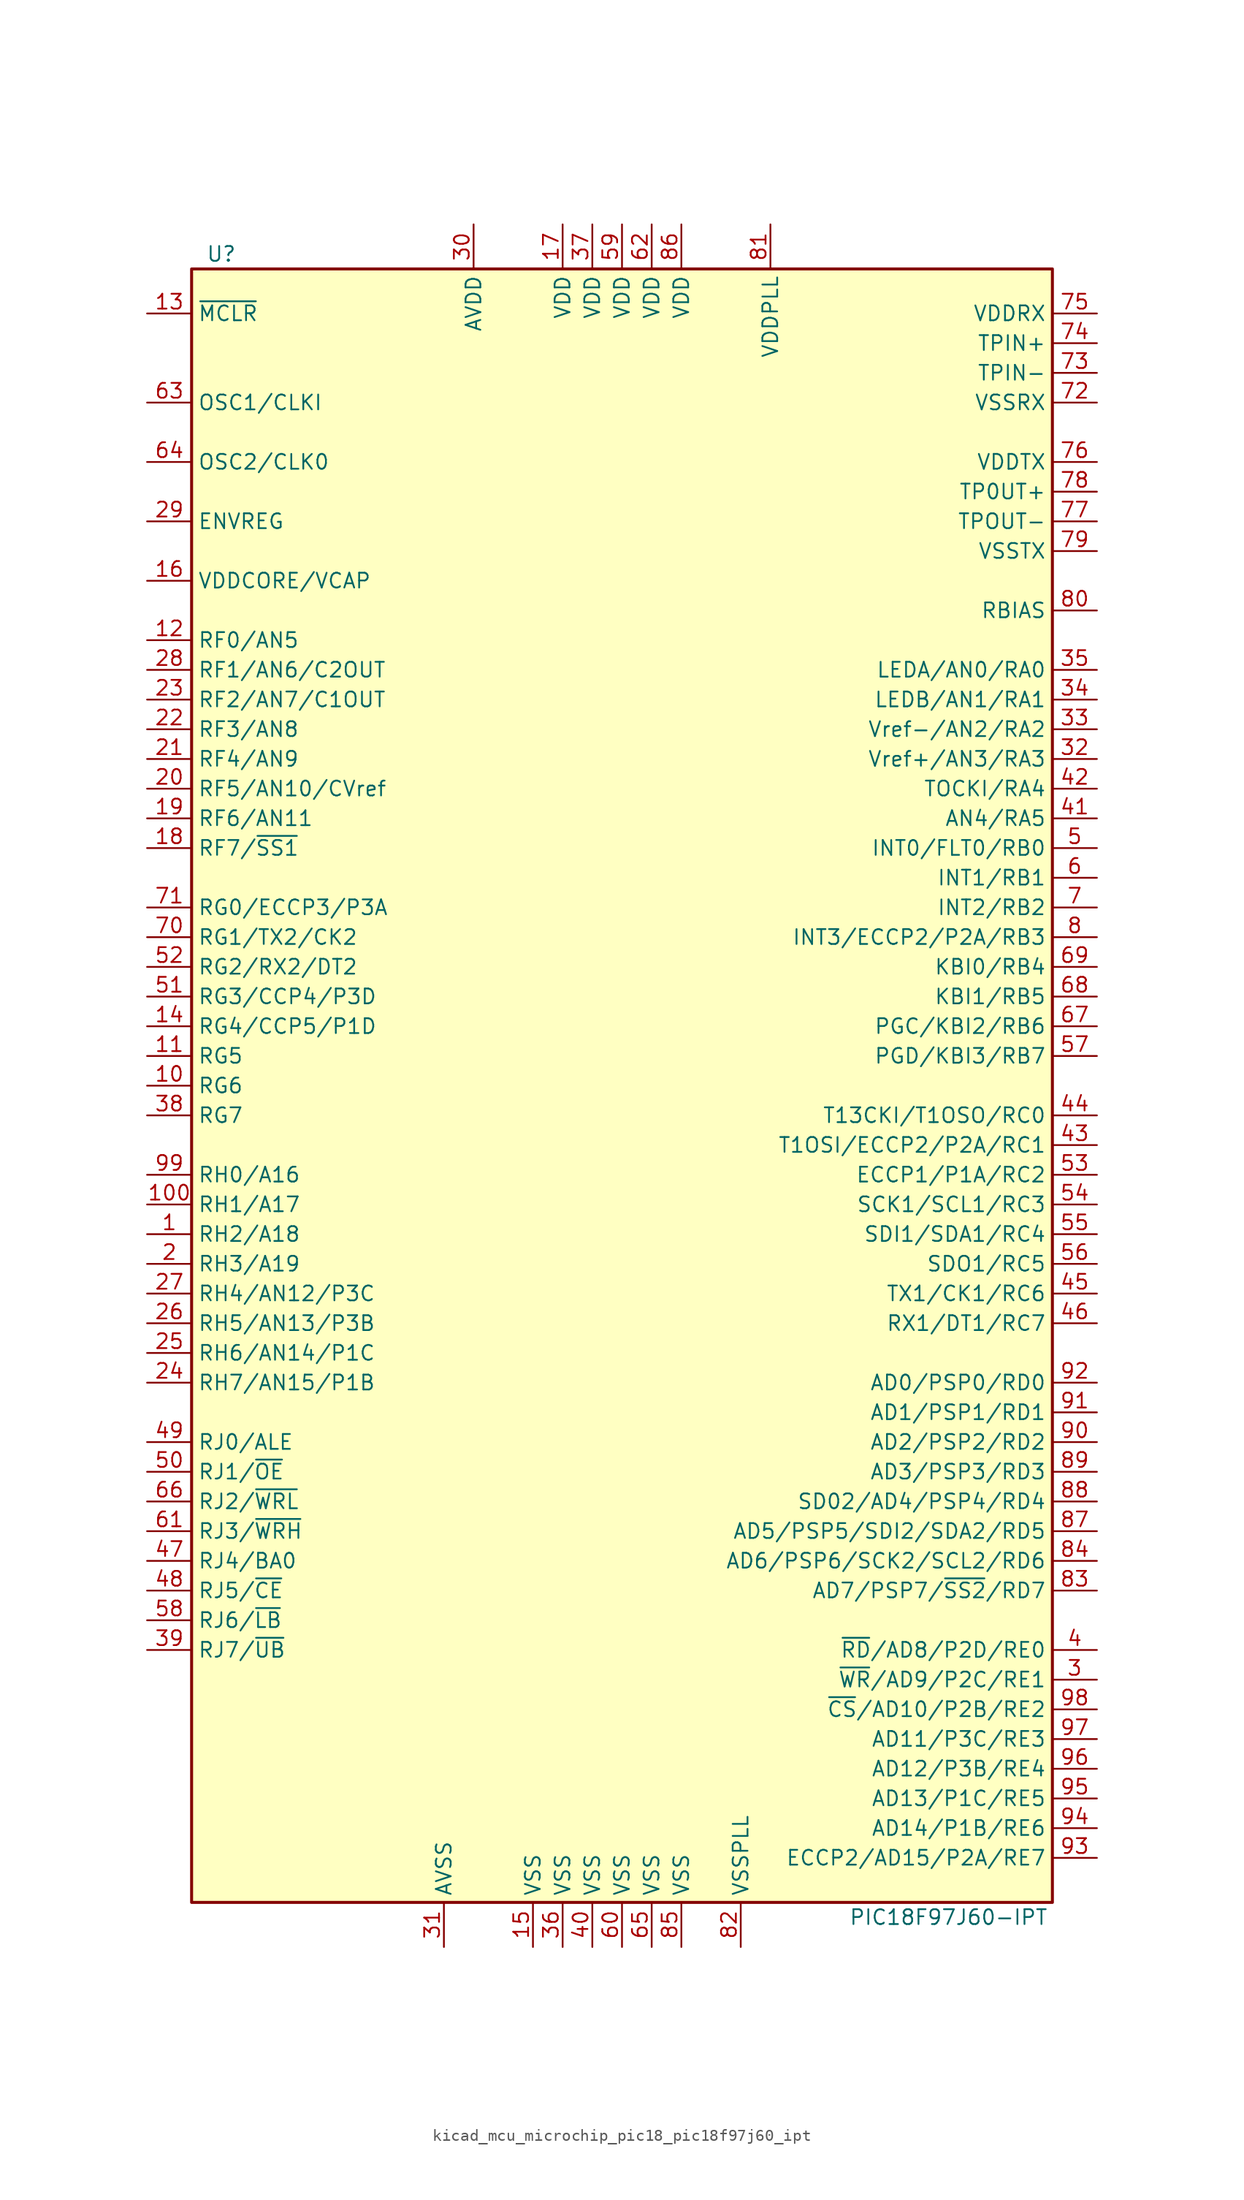
<source format=kicad_sym>
(kicad_symbol_lib
  (version 20220914)
  (generator kicad_symbol_editor)
  (symbol "kicad_mcu_microchip_pic18_pic18f97j60_ipt"
    (property "Reference" "U"
      (at -34.29 71.12 0)
      (effects (font (size 1.27 1.27))))
    (property "Value" "PIC18F97J60-IPT"
      (at 27.94 -71.12 0)
      (effects (font (size 1.27 1.27))))
    (symbol "kicad_mcu_microchip_pic18_pic18f97j60_ipt_0_1"
      (rectangle (start -36.83 69.85) (end 36.83 -69.85) (stroke (width 0.254) (type default)) (fill (type background))))
    (symbol "kicad_mcu_microchip_pic18_pic18f97j60_ipt_1_1"
      (pin bidirectional line (at -40.64 -12.7 0) (length 3.81) (name "RH2/A18" (effects (font (size 1.27 1.27)))) (number "1" (effects (font (size 1.27 1.27)))))
      (pin bidirectional line (at -40.64 0 0) (length 3.81) (name "RG6" (effects (font (size 1.27 1.27)))) (number "10" (effects (font (size 1.27 1.27)))))
      (pin bidirectional line (at -40.64 -10.16 0) (length 3.81) (name "RH1/A17" (effects (font (size 1.27 1.27)))) (number "100" (effects (font (size 1.27 1.27)))))
      (pin bidirectional line (at -40.64 2.54 0) (length 3.81) (name "RG5" (effects (font (size 1.27 1.27)))) (number "11" (effects (font (size 1.27 1.27)))))
      (pin bidirectional line (at -40.64 38.1 0) (length 3.81) (name "RF0/AN5" (effects (font (size 1.27 1.27)))) (number "12" (effects (font (size 1.27 1.27)))))
      (pin input line (at -40.64 66.04 0) (length 3.81) (name "~{MCLR}" (effects (font (size 1.27 1.27)))) (number "13" (effects (font (size 1.27 1.27)))))
      (pin bidirectional line (at -40.64 5.08 0) (length 3.81) (name "RG4/CCP5/P1D" (effects (font (size 1.27 1.27)))) (number "14" (effects (font (size 1.27 1.27)))))
      (pin power_in line (at -7.62 -73.66 90) (length 3.81) (name "VSS" (effects (font (size 1.27 1.27)))) (number "15" (effects (font (size 1.27 1.27)))))
      (pin passive line (at -40.64 43.18 0) (length 3.81) (name "VDDCORE/VCAP" (effects (font (size 1.27 1.27)))) (number "16" (effects (font (size 1.27 1.27)))))
      (pin power_in line (at -5.08 73.66 270) (length 3.81) (name "VDD" (effects (font (size 1.27 1.27)))) (number "17" (effects (font (size 1.27 1.27)))))
      (pin bidirectional line (at -40.64 20.32 0) (length 3.81) (name "RF7/~{SS1}" (effects (font (size 1.27 1.27)))) (number "18" (effects (font (size 1.27 1.27)))))
      (pin bidirectional line (at -40.64 22.86 0) (length 3.81) (name "RF6/AN11" (effects (font (size 1.27 1.27)))) (number "19" (effects (font (size 1.27 1.27)))))
      (pin bidirectional line (at -40.64 -15.24 0) (length 3.81) (name "RH3/A19" (effects (font (size 1.27 1.27)))) (number "2" (effects (font (size 1.27 1.27)))))
      (pin bidirectional line (at -40.64 25.4 0) (length 3.81) (name "RF5/AN10/CVref" (effects (font (size 1.27 1.27)))) (number "20" (effects (font (size 1.27 1.27)))))
      (pin bidirectional line (at -40.64 27.94 0) (length 3.81) (name "RF4/AN9" (effects (font (size 1.27 1.27)))) (number "21" (effects (font (size 1.27 1.27)))))
      (pin bidirectional line (at -40.64 30.48 0) (length 3.81) (name "RF3/AN8" (effects (font (size 1.27 1.27)))) (number "22" (effects (font (size 1.27 1.27)))))
      (pin bidirectional line (at -40.64 33.02 0) (length 3.81) (name "RF2/AN7/C1OUT" (effects (font (size 1.27 1.27)))) (number "23" (effects (font (size 1.27 1.27)))))
      (pin bidirectional line (at -40.64 -25.4 0) (length 3.81) (name "RH7/AN15/P1B" (effects (font (size 1.27 1.27)))) (number "24" (effects (font (size 1.27 1.27)))))
      (pin bidirectional line (at -40.64 -22.86 0) (length 3.81) (name "RH6/AN14/P1C" (effects (font (size 1.27 1.27)))) (number "25" (effects (font (size 1.27 1.27)))))
      (pin bidirectional line (at -40.64 -20.32 0) (length 3.81) (name "RH5/AN13/P3B" (effects (font (size 1.27 1.27)))) (number "26" (effects (font (size 1.27 1.27)))))
      (pin bidirectional line (at -40.64 -17.78 0) (length 3.81) (name "RH4/AN12/P3C" (effects (font (size 1.27 1.27)))) (number "27" (effects (font (size 1.27 1.27)))))
      (pin bidirectional line (at -40.64 35.56 0) (length 3.81) (name "RF1/AN6/C2OUT" (effects (font (size 1.27 1.27)))) (number "28" (effects (font (size 1.27 1.27)))))
      (pin passive line (at -40.64 48.26 0) (length 3.81) (name "ENVREG" (effects (font (size 1.27 1.27)))) (number "29" (effects (font (size 1.27 1.27)))))
      (pin bidirectional line (at 40.64 -50.8 180) (length 3.81) (name "~{WR}/AD9/P2C/RE1" (effects (font (size 1.27 1.27)))) (number "3" (effects (font (size 1.27 1.27)))))
      (pin power_in line (at -12.7 73.66 270) (length 3.81) (name "AVDD" (effects (font (size 1.27 1.27)))) (number "30" (effects (font (size 1.27 1.27)))))
      (pin power_in line (at -15.24 -73.66 90) (length 3.81) (name "AVSS" (effects (font (size 1.27 1.27)))) (number "31" (effects (font (size 1.27 1.27)))))
      (pin bidirectional line (at 40.64 27.94 180) (length 3.81) (name "Vref+/AN3/RA3" (effects (font (size 1.27 1.27)))) (number "32" (effects (font (size 1.27 1.27)))))
      (pin bidirectional line (at 40.64 30.48 180) (length 3.81) (name "Vref-/AN2/RA2" (effects (font (size 1.27 1.27)))) (number "33" (effects (font (size 1.27 1.27)))))
      (pin bidirectional line (at 40.64 33.02 180) (length 3.81) (name "LEDB/AN1/RA1" (effects (font (size 1.27 1.27)))) (number "34" (effects (font (size 1.27 1.27)))))
      (pin bidirectional line (at 40.64 35.56 180) (length 3.81) (name "LEDA/AN0/RA0" (effects (font (size 1.27 1.27)))) (number "35" (effects (font (size 1.27 1.27)))))
      (pin power_in line (at -5.08 -73.66 90) (length 3.81) (name "VSS" (effects (font (size 1.27 1.27)))) (number "36" (effects (font (size 1.27 1.27)))))
      (pin power_in line (at -2.54 73.66 270) (length 3.81) (name "VDD" (effects (font (size 1.27 1.27)))) (number "37" (effects (font (size 1.27 1.27)))))
      (pin bidirectional line (at -40.64 -2.54 0) (length 3.81) (name "RG7" (effects (font (size 1.27 1.27)))) (number "38" (effects (font (size 1.27 1.27)))))
      (pin bidirectional line (at -40.64 -48.26 0) (length 3.81) (name "RJ7/~{UB}" (effects (font (size 1.27 1.27)))) (number "39" (effects (font (size 1.27 1.27)))))
      (pin bidirectional line (at 40.64 -48.26 180) (length 3.81) (name "~{RD}/AD8/P2D/RE0" (effects (font (size 1.27 1.27)))) (number "4" (effects (font (size 1.27 1.27)))))
      (pin power_in line (at -2.54 -73.66 90) (length 3.81) (name "VSS" (effects (font (size 1.27 1.27)))) (number "40" (effects (font (size 1.27 1.27)))))
      (pin bidirectional line (at 40.64 22.86 180) (length 3.81) (name "AN4/RA5" (effects (font (size 1.27 1.27)))) (number "41" (effects (font (size 1.27 1.27)))))
      (pin bidirectional line (at 40.64 25.4 180) (length 3.81) (name "TOCKI/RA4" (effects (font (size 1.27 1.27)))) (number "42" (effects (font (size 1.27 1.27)))))
      (pin bidirectional line (at 40.64 -5.08 180) (length 3.81) (name "T1OSI/ECCP2/P2A/RC1" (effects (font (size 1.27 1.27)))) (number "43" (effects (font (size 1.27 1.27)))))
      (pin bidirectional line (at 40.64 -2.54 180) (length 3.81) (name "T13CKI/T1OSO/RC0" (effects (font (size 1.27 1.27)))) (number "44" (effects (font (size 1.27 1.27)))))
      (pin bidirectional line (at 40.64 -17.78 180) (length 3.81) (name "TX1/CK1/RC6" (effects (font (size 1.27 1.27)))) (number "45" (effects (font (size 1.27 1.27)))))
      (pin bidirectional line (at 40.64 -20.32 180) (length 3.81) (name "RX1/DT1/RC7" (effects (font (size 1.27 1.27)))) (number "46" (effects (font (size 1.27 1.27)))))
      (pin bidirectional line (at -40.64 -40.64 0) (length 3.81) (name "RJ4/BA0" (effects (font (size 1.27 1.27)))) (number "47" (effects (font (size 1.27 1.27)))))
      (pin bidirectional line (at -40.64 -43.18 0) (length 3.81) (name "RJ5/~{CE}" (effects (font (size 1.27 1.27)))) (number "48" (effects (font (size 1.27 1.27)))))
      (pin bidirectional line (at -40.64 -30.48 0) (length 3.81) (name "RJ0/ALE" (effects (font (size 1.27 1.27)))) (number "49" (effects (font (size 1.27 1.27)))))
      (pin bidirectional line (at 40.64 20.32 180) (length 3.81) (name "INT0/FLT0/RB0" (effects (font (size 1.27 1.27)))) (number "5" (effects (font (size 1.27 1.27)))))
      (pin bidirectional line (at -40.64 -33.02 0) (length 3.81) (name "RJ1/~{OE}" (effects (font (size 1.27 1.27)))) (number "50" (effects (font (size 1.27 1.27)))))
      (pin bidirectional line (at -40.64 7.62 0) (length 3.81) (name "RG3/CCP4/P3D" (effects (font (size 1.27 1.27)))) (number "51" (effects (font (size 1.27 1.27)))))
      (pin bidirectional line (at -40.64 10.16 0) (length 3.81) (name "RG2/RX2/DT2" (effects (font (size 1.27 1.27)))) (number "52" (effects (font (size 1.27 1.27)))))
      (pin bidirectional line (at 40.64 -7.62 180) (length 3.81) (name "ECCP1/P1A/RC2" (effects (font (size 1.27 1.27)))) (number "53" (effects (font (size 1.27 1.27)))))
      (pin bidirectional line (at 40.64 -10.16 180) (length 3.81) (name "SCK1/SCL1/RC3" (effects (font (size 1.27 1.27)))) (number "54" (effects (font (size 1.27 1.27)))))
      (pin bidirectional line (at 40.64 -12.7 180) (length 3.81) (name "SDI1/SDA1/RC4" (effects (font (size 1.27 1.27)))) (number "55" (effects (font (size 1.27 1.27)))))
      (pin bidirectional line (at 40.64 -15.24 180) (length 3.81) (name "SDO1/RC5" (effects (font (size 1.27 1.27)))) (number "56" (effects (font (size 1.27 1.27)))))
      (pin bidirectional line (at 40.64 2.54 180) (length 3.81) (name "PGD/KBI3/RB7" (effects (font (size 1.27 1.27)))) (number "57" (effects (font (size 1.27 1.27)))))
      (pin bidirectional line (at -40.64 -45.72 0) (length 3.81) (name "RJ6/~{LB}" (effects (font (size 1.27 1.27)))) (number "58" (effects (font (size 1.27 1.27)))))
      (pin power_in line (at 0 73.66 270) (length 3.81) (name "VDD" (effects (font (size 1.27 1.27)))) (number "59" (effects (font (size 1.27 1.27)))))
      (pin bidirectional line (at 40.64 17.78 180) (length 3.81) (name "INT1/RB1" (effects (font (size 1.27 1.27)))) (number "6" (effects (font (size 1.27 1.27)))))
      (pin power_in line (at 0 -73.66 90) (length 3.81) (name "VSS" (effects (font (size 1.27 1.27)))) (number "60" (effects (font (size 1.27 1.27)))))
      (pin bidirectional line (at -40.64 -38.1 0) (length 3.81) (name "RJ3/~{WRH}" (effects (font (size 1.27 1.27)))) (number "61" (effects (font (size 1.27 1.27)))))
      (pin power_in line (at 2.54 73.66 270) (length 3.81) (name "VDD" (effects (font (size 1.27 1.27)))) (number "62" (effects (font (size 1.27 1.27)))))
      (pin input line (at -40.64 58.42 0) (length 3.81) (name "OSC1/CLKI" (effects (font (size 1.27 1.27)))) (number "63" (effects (font (size 1.27 1.27)))))
      (pin output line (at -40.64 53.34 0) (length 3.81) (name "OSC2/CLK0" (effects (font (size 1.27 1.27)))) (number "64" (effects (font (size 1.27 1.27)))))
      (pin power_in line (at 2.54 -73.66 90) (length 3.81) (name "VSS" (effects (font (size 1.27 1.27)))) (number "65" (effects (font (size 1.27 1.27)))))
      (pin bidirectional line (at -40.64 -35.56 0) (length 3.81) (name "RJ2/~{WRL}" (effects (font (size 1.27 1.27)))) (number "66" (effects (font (size 1.27 1.27)))))
      (pin bidirectional line (at 40.64 5.08 180) (length 3.81) (name "PGC/KBI2/RB6" (effects (font (size 1.27 1.27)))) (number "67" (effects (font (size 1.27 1.27)))))
      (pin bidirectional line (at 40.64 7.62 180) (length 3.81) (name "KBI1/RB5" (effects (font (size 1.27 1.27)))) (number "68" (effects (font (size 1.27 1.27)))))
      (pin bidirectional line (at 40.64 10.16 180) (length 3.81) (name "KBI0/RB4" (effects (font (size 1.27 1.27)))) (number "69" (effects (font (size 1.27 1.27)))))
      (pin bidirectional line (at 40.64 15.24 180) (length 3.81) (name "INT2/RB2" (effects (font (size 1.27 1.27)))) (number "7" (effects (font (size 1.27 1.27)))))
      (pin bidirectional line (at -40.64 12.7 0) (length 3.81) (name "RG1/TX2/CK2" (effects (font (size 1.27 1.27)))) (number "70" (effects (font (size 1.27 1.27)))))
      (pin bidirectional line (at -40.64 15.24 0) (length 3.81) (name "RG0/ECCP3/P3A" (effects (font (size 1.27 1.27)))) (number "71" (effects (font (size 1.27 1.27)))))
      (pin power_in line (at 40.64 58.42 180) (length 3.81) (name "VSSRX" (effects (font (size 1.27 1.27)))) (number "72" (effects (font (size 1.27 1.27)))))
      (pin passive line (at 40.64 60.96 180) (length 3.81) (name "TPIN-" (effects (font (size 1.27 1.27)))) (number "73" (effects (font (size 1.27 1.27)))))
      (pin passive line (at 40.64 63.5 180) (length 3.81) (name "TPIN+" (effects (font (size 1.27 1.27)))) (number "74" (effects (font (size 1.27 1.27)))))
      (pin power_in line (at 40.64 66.04 180) (length 3.81) (name "VDDRX" (effects (font (size 1.27 1.27)))) (number "75" (effects (font (size 1.27 1.27)))))
      (pin power_in line (at 40.64 53.34 180) (length 3.81) (name "VDDTX" (effects (font (size 1.27 1.27)))) (number "76" (effects (font (size 1.27 1.27)))))
      (pin passive line (at 40.64 48.26 180) (length 3.81) (name "TPOUT-" (effects (font (size 1.27 1.27)))) (number "77" (effects (font (size 1.27 1.27)))))
      (pin passive line (at 40.64 50.8 180) (length 3.81) (name "TP0UT+" (effects (font (size 1.27 1.27)))) (number "78" (effects (font (size 1.27 1.27)))))
      (pin power_in line (at 40.64 45.72 180) (length 3.81) (name "VSSTX" (effects (font (size 1.27 1.27)))) (number "79" (effects (font (size 1.27 1.27)))))
      (pin bidirectional line (at 40.64 12.7 180) (length 3.81) (name "INT3/ECCP2/P2A/RB3" (effects (font (size 1.27 1.27)))) (number "8" (effects (font (size 1.27 1.27)))))
      (pin passive line (at 40.64 40.64 180) (length 3.81) (name "RBIAS" (effects (font (size 1.27 1.27)))) (number "80" (effects (font (size 1.27 1.27)))))
      (pin power_in line (at 12.7 73.66 270) (length 3.81) (name "VDDPLL" (effects (font (size 1.27 1.27)))) (number "81" (effects (font (size 1.27 1.27)))))
      (pin power_in line (at 10.16 -73.66 90) (length 3.81) (name "VSSPLL" (effects (font (size 1.27 1.27)))) (number "82" (effects (font (size 1.27 1.27)))))
      (pin bidirectional line (at 40.64 -43.18 180) (length 3.81) (name "AD7/PSP7/~{SS2}/RD7" (effects (font (size 1.27 1.27)))) (number "83" (effects (font (size 1.27 1.27)))))
      (pin bidirectional line (at 40.64 -40.64 180) (length 3.81) (name "AD6/PSP6/SCK2/SCL2/RD6" (effects (font (size 1.27 1.27)))) (number "84" (effects (font (size 1.27 1.27)))))
      (pin power_in line (at 5.08 -73.66 90) (length 3.81) (name "VSS" (effects (font (size 1.27 1.27)))) (number "85" (effects (font (size 1.27 1.27)))))
      (pin power_in line (at 5.08 73.66 270) (length 3.81) (name "VDD" (effects (font (size 1.27 1.27)))) (number "86" (effects (font (size 1.27 1.27)))))
      (pin bidirectional line (at 40.64 -38.1 180) (length 3.81) (name "AD5/PSP5/SDI2/SDA2/RD5" (effects (font (size 1.27 1.27)))) (number "87" (effects (font (size 1.27 1.27)))))
      (pin bidirectional line (at 40.64 -35.56 180) (length 3.81) (name "SD02/AD4/PSP4/RD4" (effects (font (size 1.27 1.27)))) (number "88" (effects (font (size 1.27 1.27)))))
      (pin bidirectional line (at 40.64 -33.02 180) (length 3.81) (name "AD3/PSP3/RD3" (effects (font (size 1.27 1.27)))) (number "89" (effects (font (size 1.27 1.27)))))
      (pin no_connect line (at -20.32 -69.85 90) (length 3.81) hide (name "NC" (effects (font (size 1.27 1.27)))) (number "9" (effects (font (size 1.27 1.27)))))
      (pin bidirectional line (at 40.64 -30.48 180) (length 3.81) (name "AD2/PSP2/RD2" (effects (font (size 1.27 1.27)))) (number "90" (effects (font (size 1.27 1.27)))))
      (pin bidirectional line (at 40.64 -27.94 180) (length 3.81) (name "AD1/PSP1/RD1" (effects (font (size 1.27 1.27)))) (number "91" (effects (font (size 1.27 1.27)))))
      (pin bidirectional line (at 40.64 -25.4 180) (length 3.81) (name "AD0/PSP0/RD0" (effects (font (size 1.27 1.27)))) (number "92" (effects (font (size 1.27 1.27)))))
      (pin bidirectional line (at 40.64 -66.04 180) (length 3.81) (name "ECCP2/AD15/P2A/RE7" (effects (font (size 1.27 1.27)))) (number "93" (effects (font (size 1.27 1.27)))))
      (pin bidirectional line (at 40.64 -63.5 180) (length 3.81) (name "AD14/P1B/RE6" (effects (font (size 1.27 1.27)))) (number "94" (effects (font (size 1.27 1.27)))))
      (pin bidirectional line (at 40.64 -60.96 180) (length 3.81) (name "AD13/P1C/RE5" (effects (font (size 1.27 1.27)))) (number "95" (effects (font (size 1.27 1.27)))))
      (pin bidirectional line (at 40.64 -58.42 180) (length 3.81) (name "AD12/P3B/RE4" (effects (font (size 1.27 1.27)))) (number "96" (effects (font (size 1.27 1.27)))))
      (pin bidirectional line (at 40.64 -55.88 180) (length 3.81) (name "AD11/P3C/RE3" (effects (font (size 1.27 1.27)))) (number "97" (effects (font (size 1.27 1.27)))))
      (pin bidirectional line (at 40.64 -53.34 180) (length 3.81) (name "~{CS}/AD10/P2B/RE2" (effects (font (size 1.27 1.27)))) (number "98" (effects (font (size 1.27 1.27)))))
      (pin bidirectional line (at -40.64 -7.62 0) (length 3.81) (name "RH0/A16" (effects (font (size 1.27 1.27)))) (number "99" (effects (font (size 1.27 1.27))))))))
</source>
